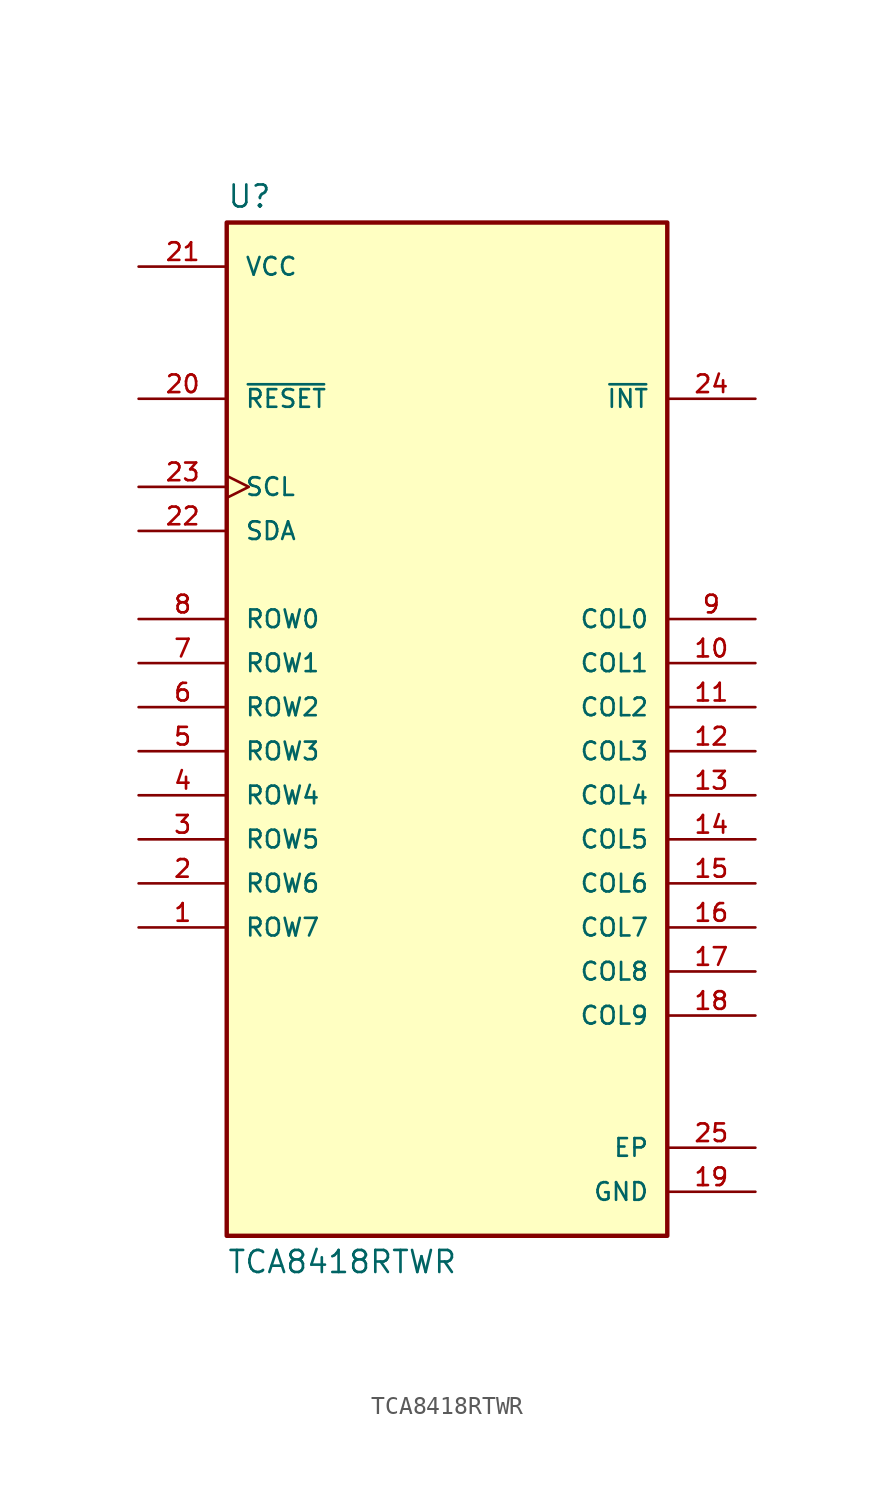
<source format=kicad_sym>
(kicad_symbol_lib
  (version 20241209)
  (generator "kicad_symbol_editor")
  (generator_version "9.0")
  (symbol "TCA8418RTWR"
    (pin_names
      (offset 1.016))
    (property "Reference" "U"
      (at -12.7 28.702 0)
      (effects (font (size 1.27 1.27)) (justify left bottom)))
    (property "Value" "TCA8418RTWR"
      (at -12.7 -31.242 0)
      (effects (font (size 1.27 1.27)) (justify left top)))
    (symbol "TCA8418RTWR_0_0"
      (rectangle (start -12.7 -30.48) (end 12.7 27.94) (stroke (width 0.254) (type default)) (fill (type background)))
      (pin power_in line (at -17.78 25.4 0) (length 5.08) (name "VCC" (effects (font (size 1.016 1.016)))) (number "21" (effects (font (size 1.016 1.016)))))
      (pin input line (at -17.78 17.78 0) (length 5.08) (name "~{RESET}" (effects (font (size 1.016 1.016)))) (number "20" (effects (font (size 1.016 1.016)))))
      (pin input clock (at -17.78 12.7 0) (length 5.08) (name "SCL" (effects (font (size 1.016 1.016)))) (number "23" (effects (font (size 1.016 1.016)))))
      (pin bidirectional line (at -17.78 10.16 0) (length 5.08) (name "SDA" (effects (font (size 1.016 1.016)))) (number "22" (effects (font (size 1.016 1.016)))))
      (pin bidirectional line (at -17.78 5.08 0) (length 5.08) (name "ROW0" (effects (font (size 1.016 1.016)))) (number "8" (effects (font (size 1.016 1.016)))))
      (pin bidirectional line (at -17.78 2.54 0) (length 5.08) (name "ROW1" (effects (font (size 1.016 1.016)))) (number "7" (effects (font (size 1.016 1.016)))))
      (pin bidirectional line (at -17.78 0 0) (length 5.08) (name "ROW2" (effects (font (size 1.016 1.016)))) (number "6" (effects (font (size 1.016 1.016)))))
      (pin bidirectional line (at -17.78 -2.54 0) (length 5.08) (name "ROW3" (effects (font (size 1.016 1.016)))) (number "5" (effects (font (size 1.016 1.016)))))
      (pin bidirectional line (at -17.78 -5.08 0) (length 5.08) (name "ROW4" (effects (font (size 1.016 1.016)))) (number "4" (effects (font (size 1.016 1.016)))))
      (pin bidirectional line (at -17.78 -7.62 0) (length 5.08) (name "ROW5" (effects (font (size 1.016 1.016)))) (number "3" (effects (font (size 1.016 1.016)))))
      (pin bidirectional line (at -17.78 -10.16 0) (length 5.08) (name "ROW6" (effects (font (size 1.016 1.016)))) (number "2" (effects (font (size 1.016 1.016)))))
      (pin bidirectional line (at -17.78 -12.7 0) (length 5.08) (name "ROW7" (effects (font (size 1.016 1.016)))) (number "1" (effects (font (size 1.016 1.016)))))
      (pin output line (at 17.78 17.78 180) (length 5.08) (name "~{INT}" (effects (font (size 1.016 1.016)))) (number "24" (effects (font (size 1.016 1.016)))))
      (pin bidirectional line (at 17.78 5.08 180) (length 5.08) (name "COL0" (effects (font (size 1.016 1.016)))) (number "9" (effects (font (size 1.016 1.016)))))
      (pin bidirectional line (at 17.78 2.54 180) (length 5.08) (name "COL1" (effects (font (size 1.016 1.016)))) (number "10" (effects (font (size 1.016 1.016)))))
      (pin bidirectional line (at 17.78 0 180) (length 5.08) (name "COL2" (effects (font (size 1.016 1.016)))) (number "11" (effects (font (size 1.016 1.016)))))
      (pin bidirectional line (at 17.78 -2.54 180) (length 5.08) (name "COL3" (effects (font (size 1.016 1.016)))) (number "12" (effects (font (size 1.016 1.016)))))
      (pin bidirectional line (at 17.78 -5.08 180) (length 5.08) (name "COL4" (effects (font (size 1.016 1.016)))) (number "13" (effects (font (size 1.016 1.016)))))
      (pin bidirectional line (at 17.78 -7.62 180) (length 5.08) (name "COL5" (effects (font (size 1.016 1.016)))) (number "14" (effects (font (size 1.016 1.016)))))
      (pin bidirectional line (at 17.78 -10.16 180) (length 5.08) (name "COL6" (effects (font (size 1.016 1.016)))) (number "15" (effects (font (size 1.016 1.016)))))
      (pin bidirectional line (at 17.78 -12.7 180) (length 5.08) (name "COL7" (effects (font (size 1.016 1.016)))) (number "16" (effects (font (size 1.016 1.016)))))
      (pin bidirectional line (at 17.78 -15.24 180) (length 5.08) (name "COL8" (effects (font (size 1.016 1.016)))) (number "17" (effects (font (size 1.016 1.016)))))
      (pin bidirectional line (at 17.78 -17.78 180) (length 5.08) (name "COL9" (effects (font (size 1.016 1.016)))) (number "18" (effects (font (size 1.016 1.016)))))
      (pin passive line (at 17.78 -25.4 180) (length 5.08) (name "EP" (effects (font (size 1.016 1.016)))) (number "25" (effects (font (size 1.016 1.016)))))
      (pin power_in line (at 17.78 -27.94 180) (length 5.08) (name "GND" (effects (font (size 1.016 1.016)))) (number "19" (effects (font (size 1.016 1.016))))))))
</source>
